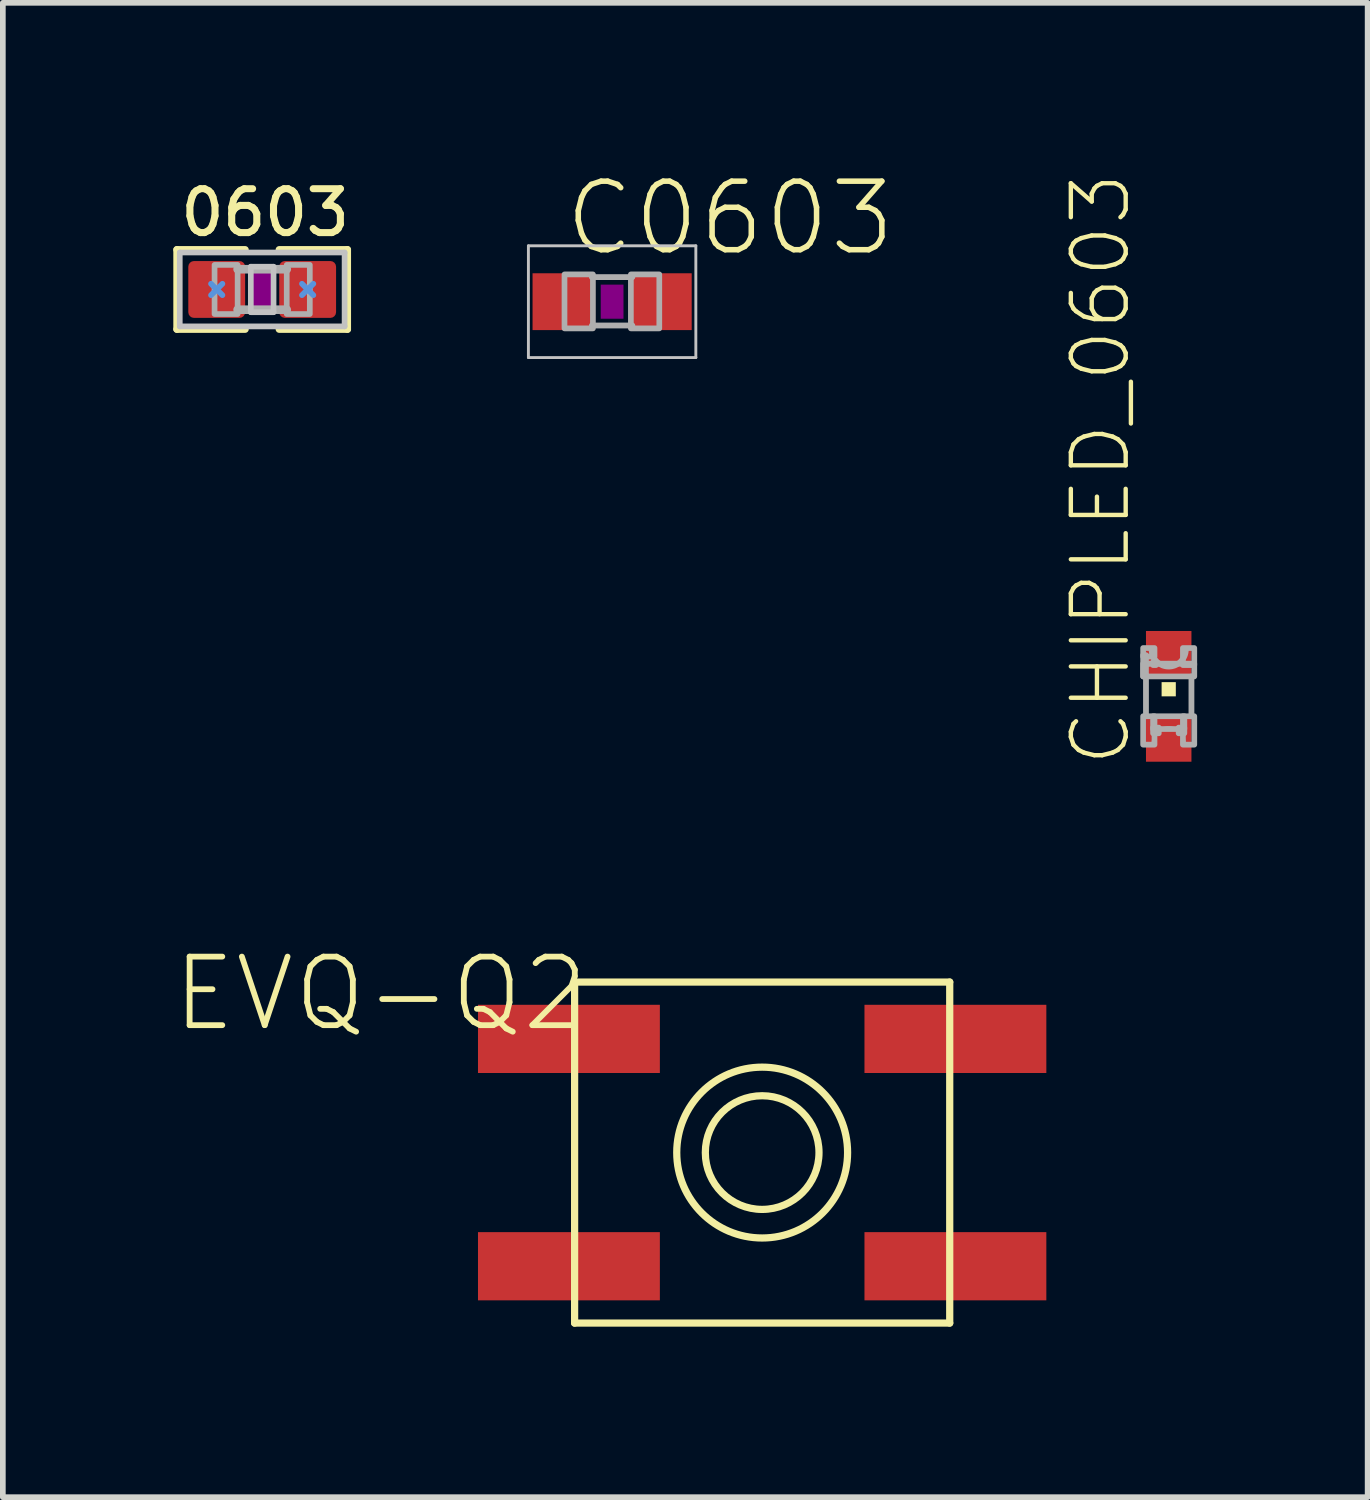
<source format=kicad_pcb>
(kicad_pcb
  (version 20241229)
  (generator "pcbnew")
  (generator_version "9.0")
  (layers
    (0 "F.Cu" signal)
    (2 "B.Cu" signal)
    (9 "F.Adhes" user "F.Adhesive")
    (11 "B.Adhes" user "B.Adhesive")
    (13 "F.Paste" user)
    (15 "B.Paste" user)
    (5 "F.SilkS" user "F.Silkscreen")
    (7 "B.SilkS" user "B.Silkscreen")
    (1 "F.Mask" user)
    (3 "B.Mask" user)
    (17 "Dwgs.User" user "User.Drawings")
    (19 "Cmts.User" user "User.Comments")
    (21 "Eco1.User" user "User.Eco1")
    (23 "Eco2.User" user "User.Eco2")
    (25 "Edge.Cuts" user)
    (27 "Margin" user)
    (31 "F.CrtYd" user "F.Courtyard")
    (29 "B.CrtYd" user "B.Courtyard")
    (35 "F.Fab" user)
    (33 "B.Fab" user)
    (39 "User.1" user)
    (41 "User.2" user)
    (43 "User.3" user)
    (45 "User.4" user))
  (footprint "CHIPLED_0603"
    (layer "F.Cu")
    (at 17.513 9.202)
    (property "Reference" "CHIPLED_0603" (at -0.635 1.27 270) (layer "F.SilkS") (effects (font (size 0.965 0.965) (thickness 0.077)) (justify left bottom)))
    (attr through_hole)
    (fp_poly (pts (xy -0.125 0) (xy 0.125 0) (xy 0.125 -0.25) (xy -0.125 -0.25)) (stroke (width 0) (type solid)) (fill yes) (layer "F.SilkS"))
    (fp_line (start -0.4 -0.375) (end -0.4 0.35) (stroke (width 0.102) (type solid)) (layer "F.Fab"))
    (fp_line (start 0.4 -0.35) (end 0.4 0.35) (stroke (width 0.102) (type solid)) (layer "F.Fab"))
    (fp_arc (start -0.275 0.825) (mid 0 0.55) (end 0.275 0.825) (stroke (width 0.0508) (type solid)) (layer "F.Fab"))
    (fp_arc (start 0.3 -0.799998) (mid -0.000001 -0.524966) (end -0.3 -0.8) (stroke (width 0.1016) (type solid)) (layer "F.Fab"))
    (fp_circle (center -0.35 -0.625) (end -0.275 -0.625) (stroke (width 0.051) (type solid)) (fill no) (layer "F.Fab"))
    (fp_poly (pts (xy -0.45 -0.7) (xy -0.25 -0.7) (xy -0.25 -0.85) (xy -0.45 -0.85)) (stroke (width 0.1) (type solid)) (fill no) (layer "F.Fab"))
    (fp_poly (pts (xy -0.45 -0.35) (xy -0.4 -0.35) (xy -0.4 -0.725) (xy -0.45 -0.725)) (stroke (width 0.1) (type solid)) (fill no) (layer "F.Fab"))
    (fp_poly (pts (xy -0.45 -0.35) (xy 0.45 -0.35) (xy 0.45 -0.575) (xy -0.45 -0.575)) (stroke (width 0.1) (type solid)) (fill no) (layer "F.Fab"))
    (fp_poly (pts (xy -0.45 0.85) (xy -0.25 0.85) (xy -0.25 0.35) (xy -0.45 0.35)) (stroke (width 0.1) (type solid)) (fill no) (layer "F.Fab"))
    (fp_poly (pts (xy -0.275 -0.55) (xy -0.225 -0.55) (xy -0.225 -0.6) (xy -0.275 -0.6)) (stroke (width 0.1) (type solid)) (fill no) (layer "F.Fab"))
    (fp_poly (pts (xy -0.275 0.575) (xy 0.275 0.575) (xy 0.275 0.35) (xy -0.275 0.35)) (stroke (width 0.1) (type solid)) (fill no) (layer "F.Fab"))
    (fp_poly (pts (xy -0.275 0.65) (xy -0.175 0.65) (xy -0.175 0.55) (xy -0.275 0.55)) (stroke (width 0.1) (type solid)) (fill no) (layer "F.Fab"))
    (fp_poly (pts (xy 0.175 0.65) (xy 0.275 0.65) (xy 0.275 0.55) (xy 0.175 0.55)) (stroke (width 0.1) (type solid)) (fill no) (layer "F.Fab"))
    (fp_poly (pts (xy 0.25 -0.55) (xy 0.45 -0.55) (xy 0.45 -0.85) (xy 0.25 -0.85)) (stroke (width 0.1) (type solid)) (fill no) (layer "F.Fab"))
    (fp_poly (pts (xy 0.25 0.85) (xy 0.45 0.85) (xy 0.45 0.35) (xy 0.25 0.35)) (stroke (width 0.1) (type solid)) (fill no) (layer "F.Fab"))
    (pad "A" smd rect (at 0 0.75) (size 0.8 0.8) (layers "F.Cu" "F.Mask" "F.Paste"))
    (pad "C" smd rect (at 0 -0.75) (size 0.8 0.8) (layers "F.Cu" "F.Mask" "F.Paste")))
  (footprint "C0603"
    (layer "F.Cu")
    (at 7.72 2.258)
    (property "Reference" "C0603" (at -0.889 -0.762 0) (layer "F.SilkS") (effects (font (size 1.206 1.206) (thickness 0.097)) (justify left bottom)))
    (attr through_hole)
    (fp_poly (pts (xy -0.2 0.3) (xy 0.2 0.3) (xy 0.2 -0.3) (xy -0.2 -0.3)) (stroke (width 0) (type solid)) (fill yes) (layer "F.Adhes"))
    (fp_line (start -1.473 -0.983) (end 1.473 -0.983) (stroke (width 0.051) (type solid)) (layer "Dwgs.User"))
    (fp_line (start -1.473 0.983) (end -1.473 -0.983) (stroke (width 0.051) (type solid)) (layer "Dwgs.User"))
    (fp_line (start 1.473 -0.983) (end 1.473 0.983) (stroke (width 0.051) (type solid)) (layer "Dwgs.User"))
    (fp_line (start 1.473 0.983) (end -1.473 0.983) (stroke (width 0.051) (type solid)) (layer "Dwgs.User"))
    (fp_line (start -0.356 -0.432) (end 0.356 -0.432) (stroke (width 0.102) (type solid)) (layer "F.Fab"))
    (fp_line (start -0.356 0.419) (end 0.356 0.419) (stroke (width 0.102) (type solid)) (layer "F.Fab"))
    (fp_poly (pts (xy -0.838 0.47) (xy -0.338 0.47) (xy -0.338 -0.48) (xy -0.838 -0.48)) (stroke (width 0.1) (type solid)) (fill no) (layer "F.Fab"))
    (fp_poly (pts (xy 0.33 0.47) (xy 0.83 0.47) (xy 0.83 -0.48) (xy 0.33 -0.48)) (stroke (width 0.1) (type solid)) (fill no) (layer "F.Fab"))
    (pad "1" smd rect (at -0.85 0) (size 1.1 1) (layers "F.Cu" "F.Mask" "F.Paste"))
    (pad "2" smd rect (at 0.85 0) (size 1.1 1) (layers "F.Cu" "F.Mask" "F.Paste")))
  (footprint "0603"
    (layer "F.Cu")
    (at 1.563 2.043)
    (property "Reference" "0603" (at -1.5 -0.9 180) (layer "F.SilkS") (effects (font (size 0.772 0.772) (thickness 0.124)) (justify left bottom)))
    (attr through_hole)
    (fp_line (start -1.5 -0.7) (end -0.3 -0.7) (stroke (width 0.127) (type solid)) (layer "F.SilkS"))
    (fp_line (start -1.5 0.7) (end -1.5 -0.7) (stroke (width 0.127) (type solid)) (layer "F.SilkS"))
    (fp_line (start -0.3 0.7) (end -1.5 0.7) (stroke (width 0.127) (type solid)) (layer "F.SilkS"))
    (fp_line (start 0.3 -0.7) (end 1.5 -0.7) (stroke (width 0.127) (type solid)) (layer "F.SilkS"))
    (fp_line (start 1.5 -0.7) (end 1.5 0.7) (stroke (width 0.127) (type solid)) (layer "F.SilkS"))
    (fp_line (start 1.5 0.7) (end 0.3 0.7) (stroke (width 0.127) (type solid)) (layer "F.SilkS"))
    (fp_poly (pts (xy -0.2 0.4) (xy 0.2 0.4) (xy 0.2 -0.4) (xy -0.2 -0.4)) (stroke (width 0) (type solid)) (fill yes) (layer "F.Adhes"))
    (fp_line (start -1.45 -0.65) (end 1.45 -0.65) (stroke (width 0.1) (type solid)) (layer "Dwgs.User"))
    (fp_line (start -1.45 0.65) (end -1.45 -0.65) (stroke (width 0.1) (type solid)) (layer "Dwgs.User"))
    (fp_line (start -0.2 -0.4) (end 0.2 -0.4) (stroke (width 0.1) (type solid)) (layer "Dwgs.User"))
    (fp_line (start -0.2 0.4) (end -0.2 -0.4) (stroke (width 0.1) (type solid)) (layer "Dwgs.User"))
    (fp_line (start 0.2 -0.4) (end 0.2 0.4) (stroke (width 0.1) (type solid)) (layer "Dwgs.User"))
    (fp_line (start 0.2 0.4) (end -0.2 0.4) (stroke (width 0.1) (type solid)) (layer "Dwgs.User"))
    (fp_line (start 1.45 -0.65) (end 1.45 0.65) (stroke (width 0.1) (type solid)) (layer "Dwgs.User"))
    (fp_line (start 1.45 0.65) (end -1.45 0.65) (stroke (width 0.1) (type solid)) (layer "Dwgs.User"))
    (fp_line (start -0.9 -0.1) (end -0.7 0.1) (stroke (width 0.1) (type solid)) (layer "Cmts.User"))
    (fp_line (start -0.9 0.1) (end -0.7 -0.1) (stroke (width 0.1) (type solid)) (layer "Cmts.User"))
    (fp_line (start 0.7 -0.1) (end 0.9 0.1) (stroke (width 0.1) (type solid)) (layer "Cmts.User"))
    (fp_line (start 0.7 0.1) (end 0.9 -0.1) (stroke (width 0.1) (type solid)) (layer "Cmts.User"))
    (fp_line (start -0.432 0.356) (end 0.432 0.356) (stroke (width 0.152) (type solid)) (layer "F.Fab"))
    (fp_line (start 0.432 -0.356) (end -0.432 -0.356) (stroke (width 0.152) (type solid)) (layer "F.Fab"))
    (fp_poly (pts (xy -0.838 0.432) (xy -0.432 0.432) (xy -0.432 -0.432) (xy -0.838 -0.432)) (stroke (width 0.1) (type solid)) (fill no) (layer "F.Fab"))
    (fp_poly (pts (xy 0.432 0.432) (xy 0.838 0.432) (xy 0.838 -0.432) (xy 0.432 -0.432)) (stroke (width 0.1) (type solid)) (fill no) (layer "F.Fab"))
    (pad "1" smd roundrect (at -0.8 0) (size 1 1) (layers "F.Cu" "F.Mask" "F.Paste") (roundrect_rratio 0.1))
    (pad "2" smd roundrect (at 0.8 0) (size 1 1) (layers "F.Cu" "F.Mask" "F.Paste") (roundrect_rratio 0.1)))
  (footprint "EVQ-Q2"
    (layer "F.Cu")
    (at 10.36 17.229)
    (property "Reference" "EVQ-Q2" (at -3 -3.5 0) (layer "F.SilkS") (effects (font (size 1.206 1.206) (thickness 0.102)) (justify right top)))
    (attr through_hole)
    (fp_line (start -3.3 -3) (end 3.3 -3) (stroke (width 0.127) (type solid)) (layer "F.SilkS"))
    (fp_line (start -3.3 3) (end -3.3 -3) (stroke (width 0.127) (type solid)) (layer "F.SilkS"))
    (fp_line (start 3.3 -3) (end 3.3 3) (stroke (width 0.127) (type solid)) (layer "F.SilkS"))
    (fp_line (start 3.3 3) (end -3.3 3) (stroke (width 0.127) (type solid)) (layer "F.SilkS"))
    (fp_circle (center 0 0) (end 1 0) (stroke (width 0.127) (type solid)) (fill no) (layer "F.SilkS"))
    (fp_circle (center 0 0) (end 1.503 0) (stroke (width 0.127) (type solid)) (fill no) (layer "F.SilkS"))
    (pad "A" smd rect (at -3.4 2) (size 3.2 1.2) (layers "F.Cu" "F.Mask" "F.Paste"))
    (pad "A'" smd rect (at 3.4 2) (size 3.2 1.2) (layers "F.Cu" "F.Mask" "F.Paste"))
    (pad "B" smd rect (at -3.4 -2) (size 3.2 1.2) (layers "F.Cu" "F.Mask" "F.Paste"))
    (pad "B'" smd rect (at 3.4 -2) (size 3.2 1.2) (layers "F.Cu" "F.Mask" "F.Paste")))
  (gr_rect
    (start -3 -3)
    (end 21.013 23.292)
    (stroke (width 0.1) (type default))
    (fill no)
    (layer "Edge.Cuts")))
</source>
